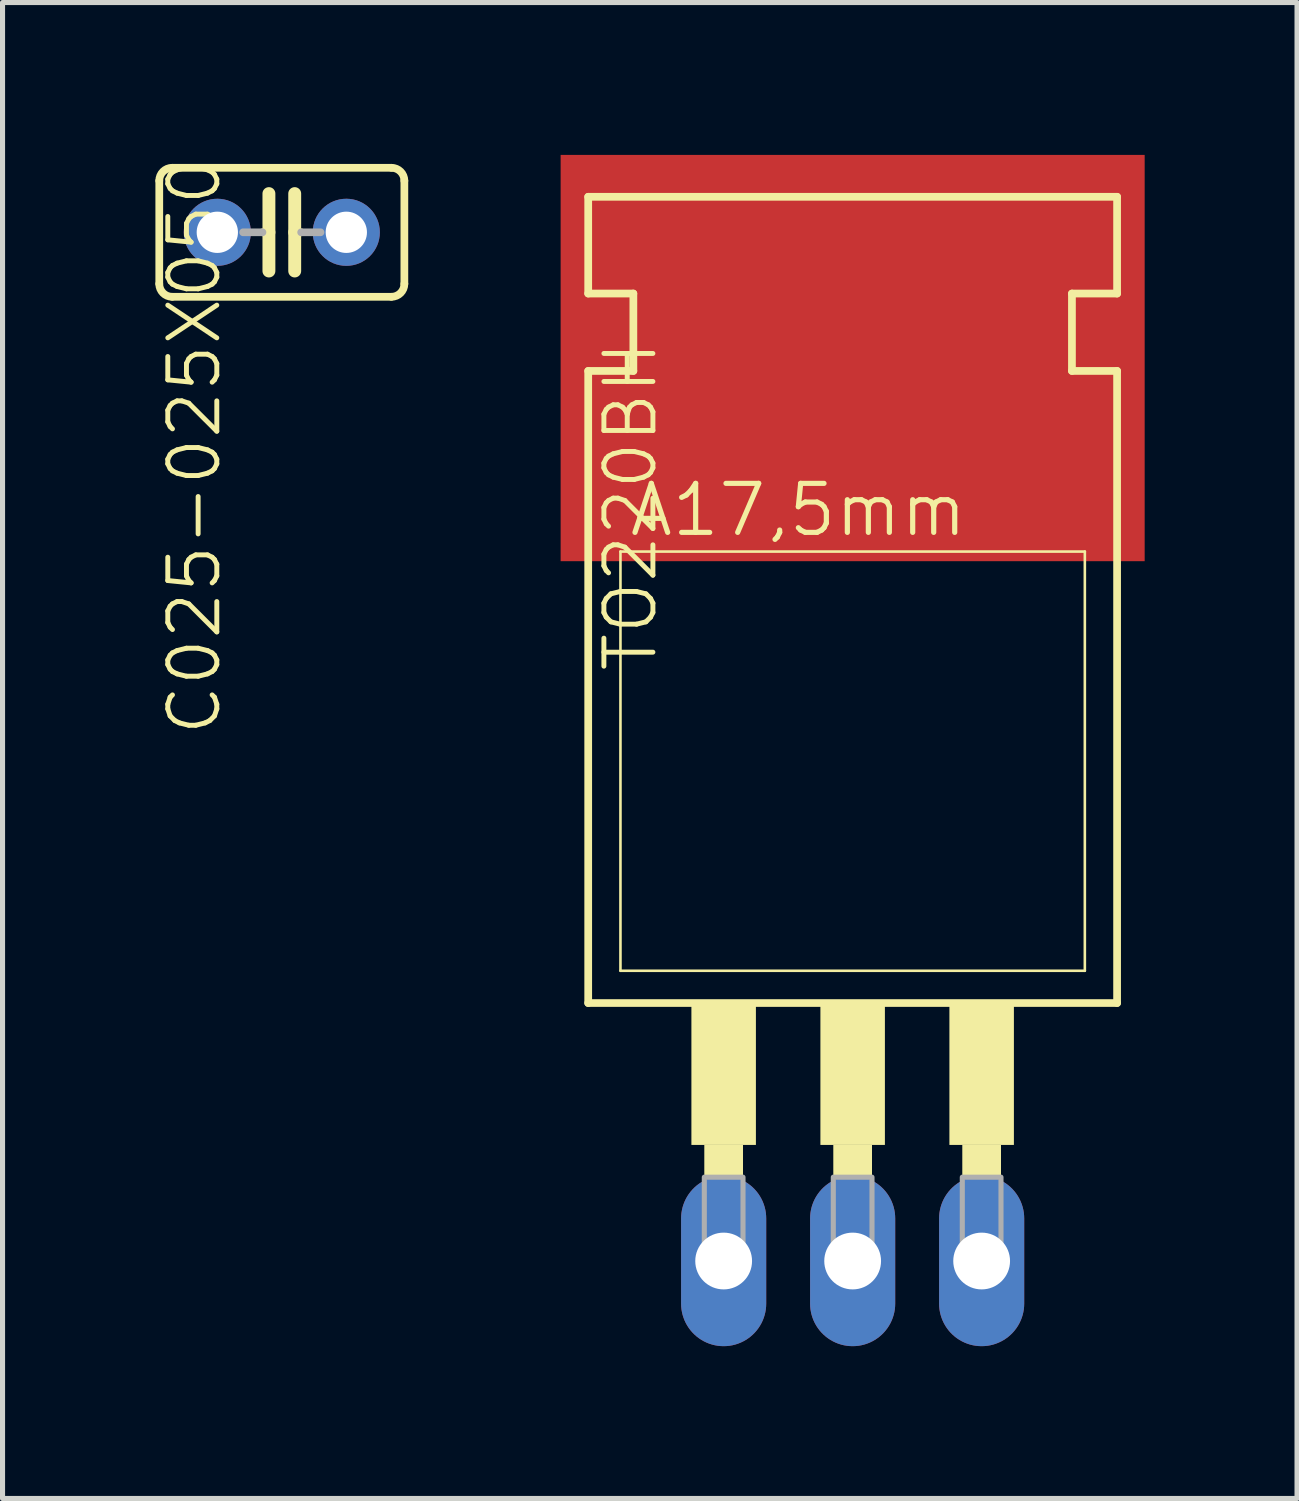
<source format=kicad_pcb>
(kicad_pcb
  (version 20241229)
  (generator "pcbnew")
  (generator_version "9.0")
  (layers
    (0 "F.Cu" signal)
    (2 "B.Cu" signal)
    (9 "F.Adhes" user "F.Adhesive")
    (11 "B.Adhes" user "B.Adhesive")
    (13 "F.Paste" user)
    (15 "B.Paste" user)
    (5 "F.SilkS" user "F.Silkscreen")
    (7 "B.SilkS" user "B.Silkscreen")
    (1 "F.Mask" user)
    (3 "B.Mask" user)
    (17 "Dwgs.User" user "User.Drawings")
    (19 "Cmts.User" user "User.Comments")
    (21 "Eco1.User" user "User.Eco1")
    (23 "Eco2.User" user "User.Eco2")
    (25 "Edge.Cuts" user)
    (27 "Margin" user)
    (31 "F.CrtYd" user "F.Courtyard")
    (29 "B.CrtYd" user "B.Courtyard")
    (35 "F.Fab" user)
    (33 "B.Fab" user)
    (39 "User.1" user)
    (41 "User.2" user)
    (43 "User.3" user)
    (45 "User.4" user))
  (footprint "TO220BH"
    (layer "F.Cu")
    (at 13.739 15.43)
    (property "Reference" "TO220BH" (at -3.81 -5.207 90) (layer "F.SilkS") (effects (font (size 0.965 0.965) (thickness 0.097)) (justify left bottom)))
    (attr through_hole)
    (fp_line (start -5.207 -12.7) (end -5.207 -14.605) (stroke (width 0.152) (type solid)) (layer "F.SilkS"))
    (fp_line (start -5.207 -11.176) (end -4.318 -11.176) (stroke (width 0.152) (type solid)) (layer "F.SilkS"))
    (fp_line (start -5.207 1.27) (end -5.207 -11.176) (stroke (width 0.152) (type solid)) (layer "F.SilkS"))
    (fp_line (start -5.207 1.27) (end 5.207 1.27) (stroke (width 0.152) (type solid)) (layer "F.SilkS"))
    (fp_line (start -4.572 0.635) (end -4.572 -7.62) (stroke (width 0.051) (type solid)) (layer "F.SilkS"))
    (fp_line (start -4.572 0.635) (end 4.572 0.635) (stroke (width 0.051) (type solid)) (layer "F.SilkS"))
    (fp_line (start -4.318 -12.7) (end -5.207 -12.7) (stroke (width 0.152) (type solid)) (layer "F.SilkS"))
    (fp_line (start -4.318 -11.176) (end -4.318 -12.7) (stroke (width 0.152) (type solid)) (layer "F.SilkS"))
    (fp_line (start 4.318 -12.7) (end 5.207 -12.7) (stroke (width 0.152) (type solid)) (layer "F.SilkS"))
    (fp_line (start 4.318 -11.176) (end 4.318 -12.7) (stroke (width 0.152) (type solid)) (layer "F.SilkS"))
    (fp_line (start 4.572 -7.62) (end -4.572 -7.62) (stroke (width 0.051) (type solid)) (layer "F.SilkS"))
    (fp_line (start 4.572 -7.62) (end 4.572 0.635) (stroke (width 0.051) (type solid)) (layer "F.SilkS"))
    (fp_line (start 5.207 -14.605) (end -5.207 -14.605) (stroke (width 0.152) (type solid)) (layer "F.SilkS"))
    (fp_line (start 5.207 -12.7) (end 5.207 -14.605) (stroke (width 0.152) (type solid)) (layer "F.SilkS"))
    (fp_line (start 5.207 -11.176) (end 4.318 -11.176) (stroke (width 0.152) (type solid)) (layer "F.SilkS"))
    (fp_line (start 5.207 1.27) (end 5.207 -11.176) (stroke (width 0.152) (type solid)) (layer "F.SilkS"))
    (fp_poly (pts (xy -3.175 4.064) (xy -1.905 4.064) (xy -1.905 1.27) (xy -3.175 1.27)) (stroke (width 0) (type solid)) (fill yes) (layer "F.SilkS"))
    (fp_poly (pts (xy -2.921 4.699) (xy -2.159 4.699) (xy -2.159 4.064) (xy -2.921 4.064)) (stroke (width 0) (type solid)) (fill yes) (layer "F.SilkS"))
    (fp_poly (pts (xy -0.635 4.064) (xy 0.635 4.064) (xy 0.635 1.27) (xy -0.635 1.27)) (stroke (width 0) (type solid)) (fill yes) (layer "F.SilkS"))
    (fp_poly (pts (xy -0.381 4.699) (xy 0.381 4.699) (xy 0.381 4.064) (xy -0.381 4.064)) (stroke (width 0) (type solid)) (fill yes) (layer "F.SilkS"))
    (fp_poly (pts (xy 1.905 4.064) (xy 3.175 4.064) (xy 3.175 1.27) (xy 1.905 1.27)) (stroke (width 0) (type solid)) (fill yes) (layer "F.SilkS"))
    (fp_poly (pts (xy 2.159 4.699) (xy 2.921 4.699) (xy 2.921 4.064) (xy 2.159 4.064)) (stroke (width 0) (type solid)) (fill yes) (layer "F.SilkS"))
    (fp_poly (pts (xy -2.921 6.604) (xy -2.159 6.604) (xy -2.159 4.699) (xy -2.921 4.699)) (stroke (width 0.1) (type solid)) (fill no) (layer "F.Fab"))
    (fp_poly (pts (xy -0.381 6.604) (xy 0.381 6.604) (xy 0.381 4.699) (xy -0.381 4.699)) (stroke (width 0.1) (type solid)) (fill no) (layer "F.Fab"))
    (fp_poly (pts (xy 2.159 6.604) (xy 2.921 6.604) (xy 2.921 4.699) (xy 2.159 4.699)) (stroke (width 0.1) (type solid)) (fill no) (layer "F.Fab"))
    (fp_text user "A17,5mm" (at -4.445 -7.874 0) (layer "F.SilkS") (effects (font (size 0.965 0.965) (thickness 0.102)) (justify left bottom)))
    (pad "1" smd rect (at 0 -11.43) (size 11.5 8) (layers "F.Cu" "F.Mask" "F.Paste"))
    (pad "D" thru_hole oval (at 0 6.35 90) (size 3.353 1.676) (drill 1.118) (layers "*.Cu" "*.Mask"))
    (pad "G" thru_hole oval (at -2.54 6.35 90) (size 3.353 1.676) (drill 1.118) (layers "*.Cu" "*.Mask"))
    (pad "S" thru_hole oval (at 2.54 6.35 90) (size 3.353 1.676) (drill 1.118) (layers "*.Cu" "*.Mask")))
  (footprint "C025-025X050"
    (layer "F.Cu")
    (at 2.499 1.524)
    (property "Reference" "C025-025X050" (at -2.286 -1.524 270) (layer "F.SilkS") (effects (font (size 0.965 0.965) (thickness 0.097)) (justify right top)))
    (attr through_hole)
    (fp_line (start -2.413 -1.016) (end -2.413 1.016) (stroke (width 0.152) (type solid)) (layer "F.SilkS"))
    (fp_line (start -2.159 -1.27) (end 2.159 -1.27) (stroke (width 0.152) (type solid)) (layer "F.SilkS"))
    (fp_line (start -0.254 -0.762) (end -0.254 0) (stroke (width 0.254) (type solid)) (layer "F.SilkS"))
    (fp_line (start -0.254 0) (end -0.381 0) (stroke (width 0.152) (type solid)) (layer "F.SilkS"))
    (fp_line (start -0.254 0) (end -0.254 0.762) (stroke (width 0.254) (type solid)) (layer "F.SilkS"))
    (fp_line (start 0.254 0) (end 0.254 -0.762) (stroke (width 0.254) (type solid)) (layer "F.SilkS"))
    (fp_line (start 0.254 0) (end 0.254 0.762) (stroke (width 0.254) (type solid)) (layer "F.SilkS"))
    (fp_line (start 0.381 0) (end 0.254 0) (stroke (width 0.152) (type solid)) (layer "F.SilkS"))
    (fp_line (start 2.159 1.27) (end -2.159 1.27) (stroke (width 0.152) (type solid)) (layer "F.SilkS"))
    (fp_line (start 2.413 -1.016) (end 2.413 1.016) (stroke (width 0.152) (type solid)) (layer "F.SilkS"))
    (fp_arc (start -2.413 -1.016) (mid -2.338605 -1.195605) (end -2.159 -1.27) (stroke (width 0.1524) (type solid)) (layer "F.SilkS"))
    (fp_arc (start -2.159 1.27) (mid -2.338605 1.195605) (end -2.413 1.016) (stroke (width 0.1524) (type solid)) (layer "F.SilkS"))
    (fp_arc (start 2.159 -1.27) (mid 2.338605 -1.195605) (end 2.413 -1.016) (stroke (width 0.1524) (type solid)) (layer "F.SilkS"))
    (fp_arc (start 2.413 1.016) (mid 2.338605 1.195605) (end 2.159 1.27) (stroke (width 0.1524) (type solid)) (layer "F.SilkS"))
    (fp_line (start -0.381 0) (end -0.762 0) (stroke (width 0.152) (type solid)) (layer "F.Fab"))
    (fp_line (start 0.762 0) (end 0.381 0) (stroke (width 0.152) (type solid)) (layer "F.Fab"))
    (pad "1" thru_hole circle (at -1.27 0) (size 1.321 1.321) (drill 0.813) (layers "*.Cu" "*.Mask"))
    (pad "2" thru_hole circle (at 1.27 0) (size 1.321 1.321) (drill 0.813) (layers "*.Cu" "*.Mask")))
  (gr_rect
    (start -3 -3)
    (end 22.489 26.456)
    (stroke (width 0.1) (type default))
    (fill no)
    (layer "Edge.Cuts")))
</source>
